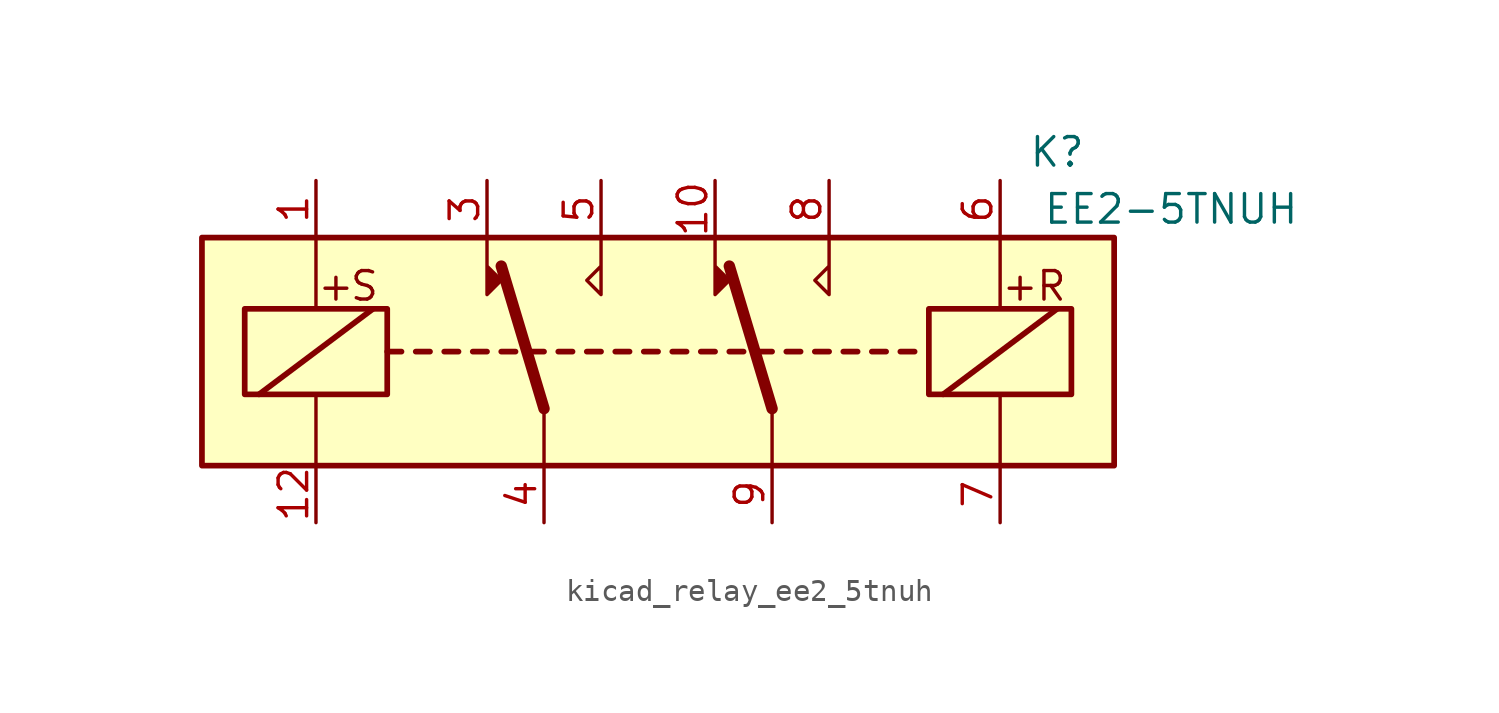
<source format=kicad_sym>
(kicad_symbol_lib
  (version 20220914)
  (generator kicad_symbol_editor)
  (symbol "kicad_relay_ee2_5tnuh"
    (property "Reference" "K"
      (at 17.78 8.89 0)
      (effects (font (size 1.27 1.27))))
    (property "Value" "EE2-5TNUH"
      (at 22.86 6.35 0)
      (effects (font (size 1.27 1.27))))
    (symbol "kicad_relay_ee2_5tnuh_1_1"
      (rectangle (start -20.32 5.08) (end 20.32 -5.08) (stroke (width 0.254) (type default)) (fill (type background)))
      (rectangle (start -18.415 1.905) (end -12.065 -1.905) (stroke (width 0.254) (type default)) (fill (type none)))
      (polyline (pts (xy -17.78 -1.905) (xy -12.7 1.905)) (stroke (width 0.254) (type default)) (fill (type none)))
      (polyline (pts (xy -15.24 -5.08) (xy -15.24 -1.905)) (stroke (width 0) (type default)) (fill (type none)))
      (polyline (pts (xy -15.24 5.08) (xy -15.24 1.905)) (stroke (width 0) (type default)) (fill (type none)))
      (polyline (pts (xy -12.065 0) (xy -11.43 0)) (stroke (width 0.254) (type default)) (fill (type none)))
      (polyline (pts (xy -10.795 0) (xy -10.16 0)) (stroke (width 0.254) (type default)) (fill (type none)))
      (polyline (pts (xy -9.525 0) (xy -8.89 0)) (stroke (width 0.254) (type default)) (fill (type none)))
      (polyline (pts (xy -8.255 0) (xy -7.62 0)) (stroke (width 0.254) (type default)) (fill (type none)))
      (polyline (pts (xy -6.985 0) (xy -6.35 0)) (stroke (width 0.254) (type default)) (fill (type none)))
      (polyline (pts (xy -5.715 0) (xy -5.08 0)) (stroke (width 0.254) (type default)) (fill (type none)))
      (polyline (pts (xy -5.08 -2.54) (xy -6.985 3.81)) (stroke (width 0.508) (type default)) (fill (type none)))
      (polyline (pts (xy -5.08 -2.54) (xy -5.08 -5.08)) (stroke (width 0) (type default)) (fill (type none)))
      (polyline (pts (xy -4.445 0) (xy -3.81 0)) (stroke (width 0.254) (type default)) (fill (type none)))
      (polyline (pts (xy -3.175 0) (xy -2.54 0)) (stroke (width 0.254) (type default)) (fill (type none)))
      (polyline (pts (xy -1.905 0) (xy -1.27 0)) (stroke (width 0.254) (type default)) (fill (type none)))
      (polyline (pts (xy -0.635 0) (xy 0 0)) (stroke (width 0.254) (type default)) (fill (type none)))
      (polyline (pts (xy 0.635 0) (xy 1.27 0)) (stroke (width 0.254) (type default)) (fill (type none)))
      (polyline (pts (xy 1.905 0) (xy 2.54 0)) (stroke (width 0.254) (type default)) (fill (type none)))
      (polyline (pts (xy 3.175 0) (xy 3.81 0)) (stroke (width 0.254) (type default)) (fill (type none)))
      (polyline (pts (xy 4.445 0) (xy 5.08 0)) (stroke (width 0.254) (type default)) (fill (type none)))
      (polyline (pts (xy 5.08 -2.54) (xy 3.175 3.81)) (stroke (width 0.508) (type default)) (fill (type none)))
      (polyline (pts (xy 5.08 -2.54) (xy 5.08 -5.08)) (stroke (width 0) (type default)) (fill (type none)))
      (polyline (pts (xy 5.715 0) (xy 6.35 0)) (stroke (width 0.254) (type default)) (fill (type none)))
      (polyline (pts (xy 6.985 0) (xy 7.62 0)) (stroke (width 0.254) (type default)) (fill (type none)))
      (polyline (pts (xy 8.255 0) (xy 8.89 0)) (stroke (width 0.254) (type default)) (fill (type none)))
      (polyline (pts (xy 9.525 0) (xy 10.16 0)) (stroke (width 0.254) (type default)) (fill (type none)))
      (polyline (pts (xy 10.795 0) (xy 11.43 0)) (stroke (width 0.254) (type default)) (fill (type none)))
      (polyline (pts (xy 12.7 -1.905) (xy 17.78 1.905)) (stroke (width 0.254) (type default)) (fill (type none)))
      (polyline (pts (xy 15.24 -5.08) (xy 15.24 -1.905)) (stroke (width 0) (type default)) (fill (type none)))
      (polyline (pts (xy 15.24 5.08) (xy 15.24 1.905)) (stroke (width 0) (type default)) (fill (type none)))
      (polyline (pts (xy -7.62 5.08) (xy -7.62 2.54) (xy -6.985 3.175) (xy -7.62 3.81)) (stroke (width 0) (type default)) (fill (type outline)))
      (polyline (pts (xy -2.54 5.08) (xy -2.54 2.54) (xy -3.175 3.175) (xy -2.54 3.81)) (stroke (width 0) (type default)) (fill (type none)))
      (polyline (pts (xy 2.54 5.08) (xy 2.54 2.54) (xy 3.175 3.175) (xy 2.54 3.81)) (stroke (width 0) (type default)) (fill (type outline)))
      (polyline (pts (xy 7.62 5.08) (xy 7.62 2.54) (xy 6.985 3.175) (xy 7.62 3.81)) (stroke (width 0) (type default)) (fill (type none)))
      (rectangle (start 12.065 1.905) (end 18.415 -1.905) (stroke (width 0.254) (type default)) (fill (type none)))
      (text "+" (at -14.351 2.921 0) (effects (font (size 1.27 1.27))))
      (text "+" (at 16.129 2.921 0) (effects (font (size 1.27 1.27))))
      (text "R" (at 17.526 2.921 0) (effects (font (size 1.27 1.27))))
      (text "S" (at -13.081 2.921 0) (effects (font (size 1.27 1.27))))
      (pin passive line (at -15.24 7.62 270) (length 2.54) (name "~" (effects (font (size 1.27 1.27)))) (number "1" (effects (font (size 1.27 1.27)))))
      (pin passive line (at 2.54 7.62 270) (length 2.54) (name "~" (effects (font (size 1.27 1.27)))) (number "10" (effects (font (size 1.27 1.27)))))
      (pin passive line (at -15.24 -7.62 90) (length 2.54) (name "~" (effects (font (size 1.27 1.27)))) (number "12" (effects (font (size 1.27 1.27)))))
      (pin passive line (at -7.62 7.62 270) (length 2.54) (name "~" (effects (font (size 1.27 1.27)))) (number "3" (effects (font (size 1.27 1.27)))))
      (pin passive line (at -5.08 -7.62 90) (length 2.54) (name "~" (effects (font (size 1.27 1.27)))) (number "4" (effects (font (size 1.27 1.27)))))
      (pin passive line (at -2.54 7.62 270) (length 2.54) (name "~" (effects (font (size 1.27 1.27)))) (number "5" (effects (font (size 1.27 1.27)))))
      (pin passive line (at 15.24 7.62 270) (length 2.54) (name "~" (effects (font (size 1.27 1.27)))) (number "6" (effects (font (size 1.27 1.27)))))
      (pin passive line (at 15.24 -7.62 90) (length 2.54) (name "~" (effects (font (size 1.27 1.27)))) (number "7" (effects (font (size 1.27 1.27)))))
      (pin passive line (at 7.62 7.62 270) (length 2.54) (name "~" (effects (font (size 1.27 1.27)))) (number "8" (effects (font (size 1.27 1.27)))))
      (pin passive line (at 5.08 -7.62 90) (length 2.54) (name "~" (effects (font (size 1.27 1.27)))) (number "9" (effects (font (size 1.27 1.27))))))))
</source>
